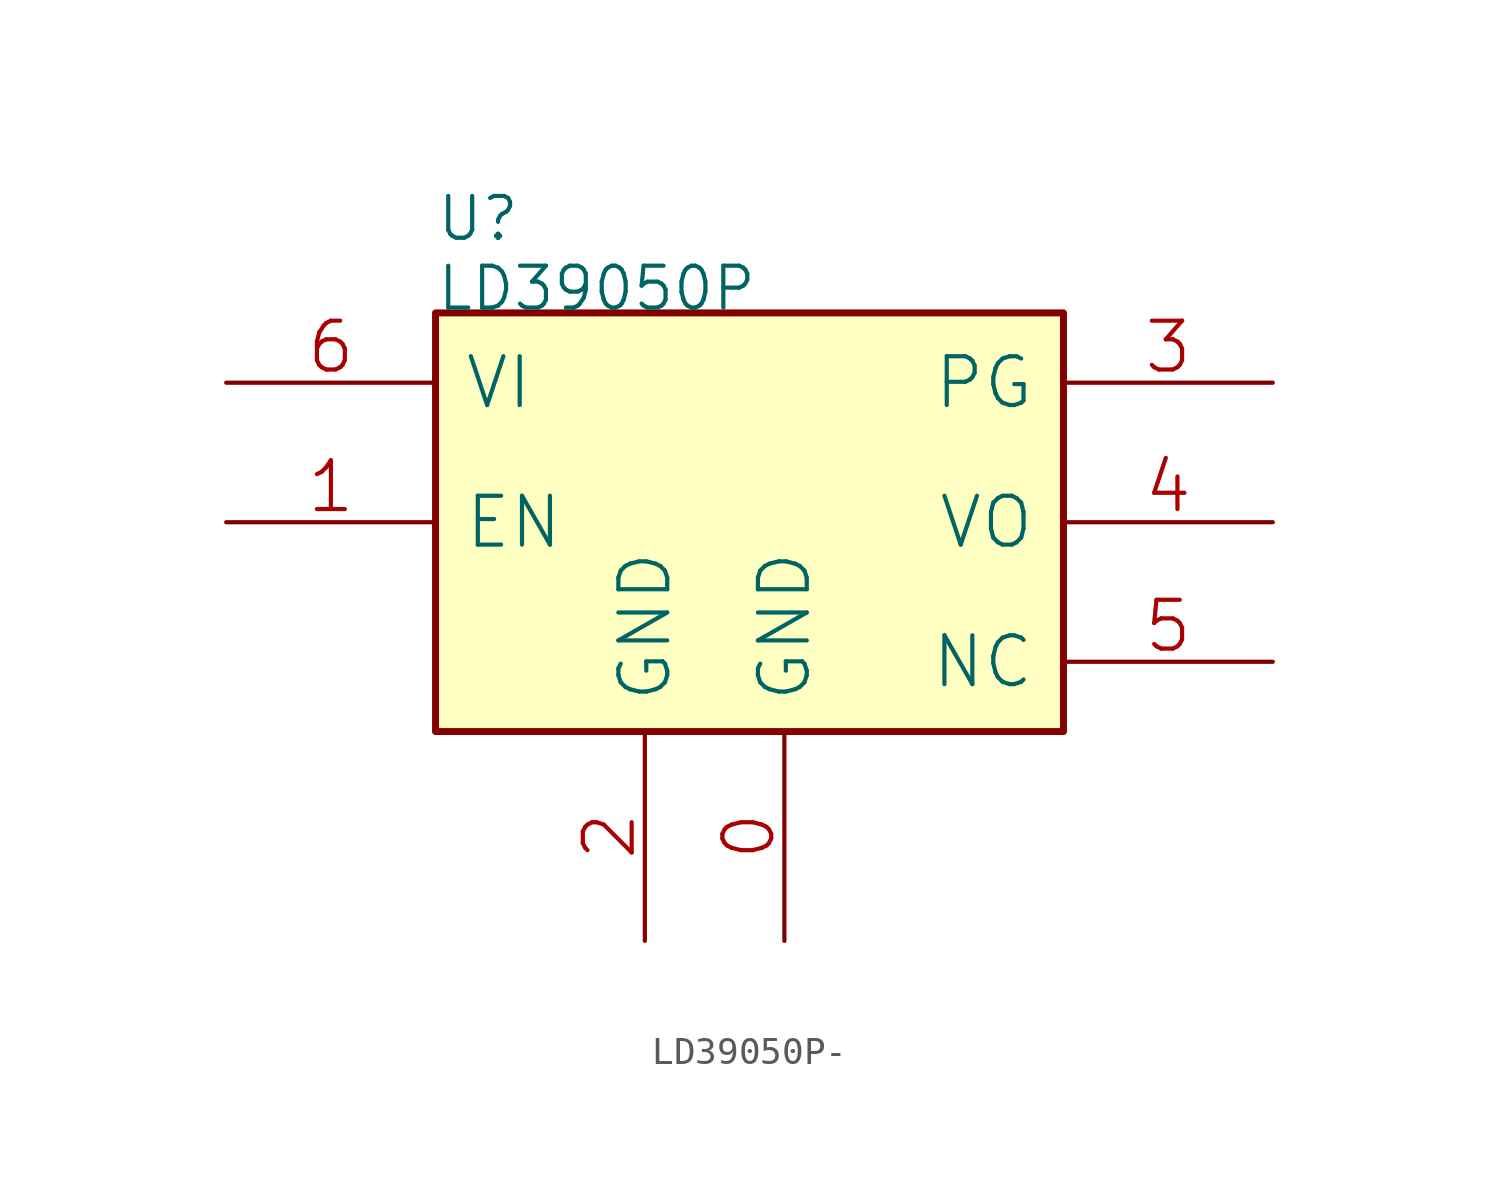
<source format=kicad_sym>
(kicad_symbol_lib
  (version 20220914)
  (generator kicad_symbol_editor)
  (symbol "LD39050P-"
    (pin_names
      (offset 1.016))
    (property "Reference" "U"
      (at 0 2.54 0)
      (effects (font (size 1.524 1.524)) (justify left bottom)))
    (property "Value" "LD39050P"
      (at 0 0 0)
      (effects (font (size 1.524 1.524)) (justify left bottom)))
    (property "Footprint" ""
      (at 0 0 0)
      (effects (font (size 1.524 1.524))))
    (property "Datasheet" ""
      (at 0 0 0)
      (effects (font (size 1.524 1.524))))
    (symbol "LD39050P-_0_1"
      (rectangle (start 0 -15.24) (end 22.86 0) (stroke (width 0.254) (type solid)) (fill (type background)))
      (pin passive line (at 12.7 -22.86 90) (length 7.62) (name "GND" (effects (font (size 1.778 1.778)))) (number "0" (effects (font (size 1.778 1.778)))))
      (pin passive line (at -7.62 -7.62 0) (length 7.62) (name "EN" (effects (font (size 1.778 1.778)))) (number "1" (effects (font (size 1.778 1.778)))))
      (pin passive line (at 7.62 -22.86 90) (length 7.62) (name "GND" (effects (font (size 1.778 1.778)))) (number "2" (effects (font (size 1.778 1.778)))))
      (pin passive line (at 30.48 -2.54 180) (length 7.62) (name "PG" (effects (font (size 1.778 1.778)))) (number "3" (effects (font (size 1.778 1.778)))))
      (pin passive line (at 30.48 -7.62 180) (length 7.62) (name "VO" (effects (font (size 1.778 1.778)))) (number "4" (effects (font (size 1.778 1.778)))))
      (pin passive line (at 30.48 -12.7 180) (length 7.62) (name "NC" (effects (font (size 1.778 1.778)))) (number "5" (effects (font (size 1.778 1.778)))))
      (pin passive line (at -7.62 -2.54 0) (length 7.62) (name "VI" (effects (font (size 1.778 1.778)))) (number "6" (effects (font (size 1.778 1.778))))))))
</source>
